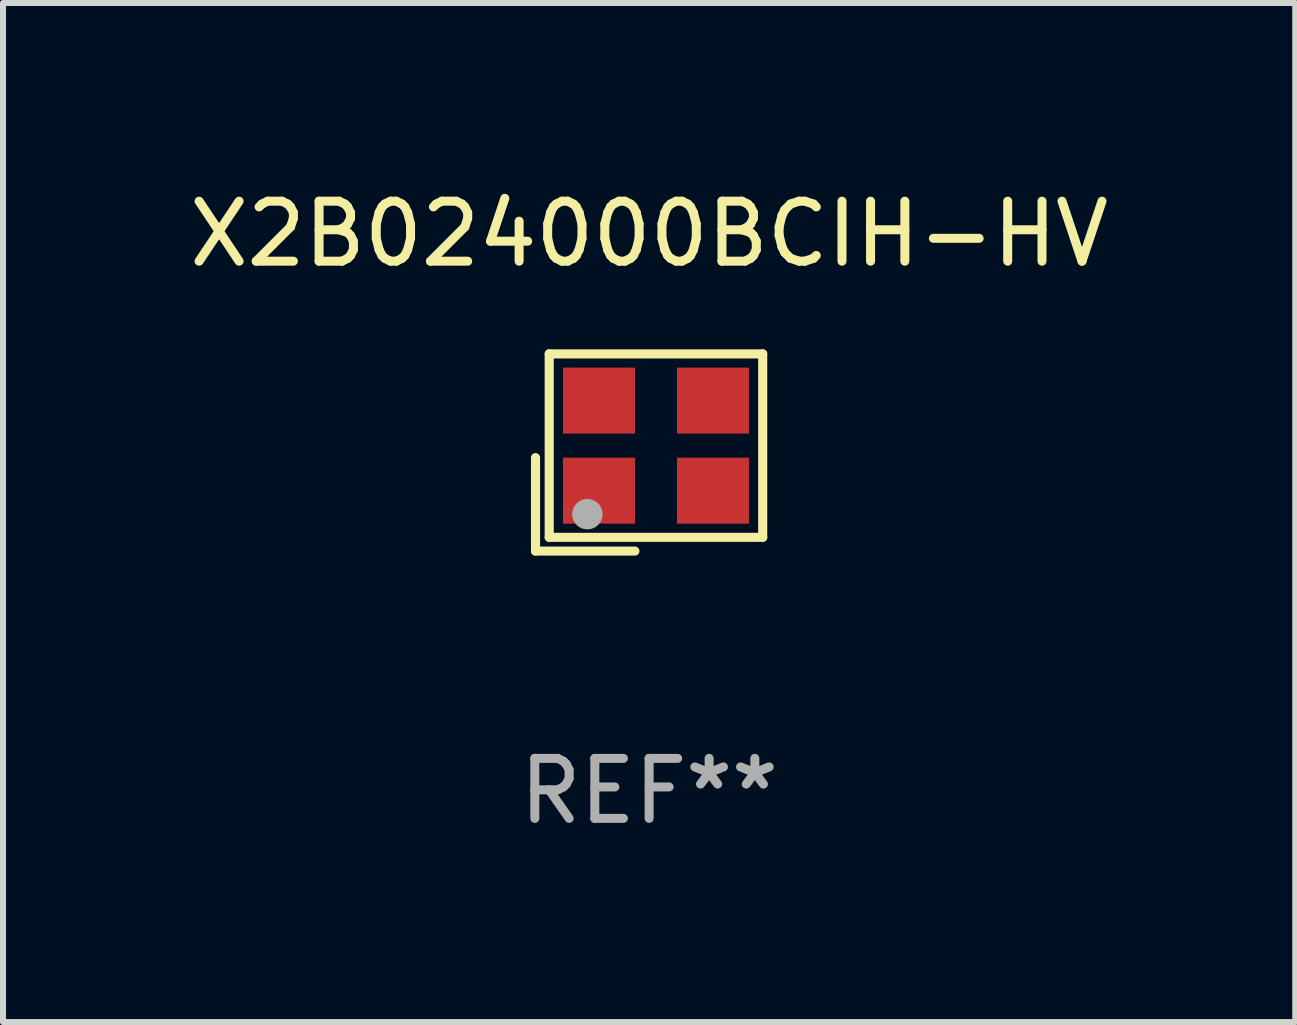
<source format=kicad_pcb>
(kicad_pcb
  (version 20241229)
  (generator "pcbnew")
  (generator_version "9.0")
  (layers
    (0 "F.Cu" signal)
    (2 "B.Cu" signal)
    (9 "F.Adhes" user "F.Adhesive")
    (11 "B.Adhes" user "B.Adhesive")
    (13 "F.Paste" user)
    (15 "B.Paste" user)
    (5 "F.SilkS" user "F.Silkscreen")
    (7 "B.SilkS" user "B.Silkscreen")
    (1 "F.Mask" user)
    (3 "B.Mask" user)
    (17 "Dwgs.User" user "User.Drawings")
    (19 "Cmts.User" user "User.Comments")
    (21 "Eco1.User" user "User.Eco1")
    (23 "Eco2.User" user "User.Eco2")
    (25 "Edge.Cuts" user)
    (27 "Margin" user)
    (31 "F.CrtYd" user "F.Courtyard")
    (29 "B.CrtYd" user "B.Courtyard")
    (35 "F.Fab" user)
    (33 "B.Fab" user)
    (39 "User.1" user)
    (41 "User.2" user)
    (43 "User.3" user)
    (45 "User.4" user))
  (footprint "X2B024000BCIH-HV"
    (layer "F.Cu")
    (at 7.768 4.491)
    (property "Reference" "X2B024000BCIH-HV" (at 0 -3.643 0) (layer "F.SilkS") (effects (font (size 1 1) (thickness 0.15))))
    (attr through_hole)
    (fp_line (start -1.893 0.086) (end -1.893 1.643) (stroke (width 0.152) (type solid)) (layer "F.SilkS"))
    (fp_line (start -1.893 1.643) (end -0.237 1.643) (stroke (width 0.152) (type solid)) (layer "F.SilkS"))
    (fp_line (start -1.665 -1.643) (end 1.893 -1.643) (stroke (width 0.152) (type solid)) (layer "F.SilkS"))
    (fp_line (start -1.665 1.414) (end -1.665 -1.643) (stroke (width 0.152) (type solid)) (layer "F.SilkS"))
    (fp_line (start 1.893 -1.643) (end 1.893 1.414) (stroke (width 0.152) (type solid)) (layer "F.SilkS"))
    (fp_line (start 1.893 1.414) (end -1.665 1.414) (stroke (width 0.152) (type solid)) (layer "F.SilkS"))
    (fp_circle (center -1.136 0.885) (end -1.106 0.885) (stroke (width 0.06) (type solid)) (fill no) (layer "F.SilkS"))
    (fp_circle (center -1.029 1.028) (end -0.902 1.028) (stroke (width 0.254) (type solid)) (fill no) (layer "F.Fab"))
    (fp_text user "REF**" (at 0 5.643 0) (layer "F.Fab") (effects (font (size 1 1) (thickness 0.15))))
    (pad "1" smd rect (at -0.836 0.636) (size 1.2 1.1) (layers "F.Cu" "F.Mask" "F.Paste"))
    (pad "2" smd rect (at 1.064 0.636) (size 1.2 1.1) (layers "F.Cu" "F.Mask" "F.Paste"))
    (pad "3" smd rect (at 1.064 -0.865) (size 1.2 1.1) (layers "F.Cu" "F.Mask" "F.Paste"))
    (pad "4" smd rect (at -0.836 -0.865) (size 1.2 1.1) (layers "F.Cu" "F.Mask" "F.Paste")))
  (gr_rect
    (start -3 -3)
    (end 18.536 13.983)
    (stroke (width 0.1) (type default))
    (fill no)
    (layer "Edge.Cuts")))
</source>
